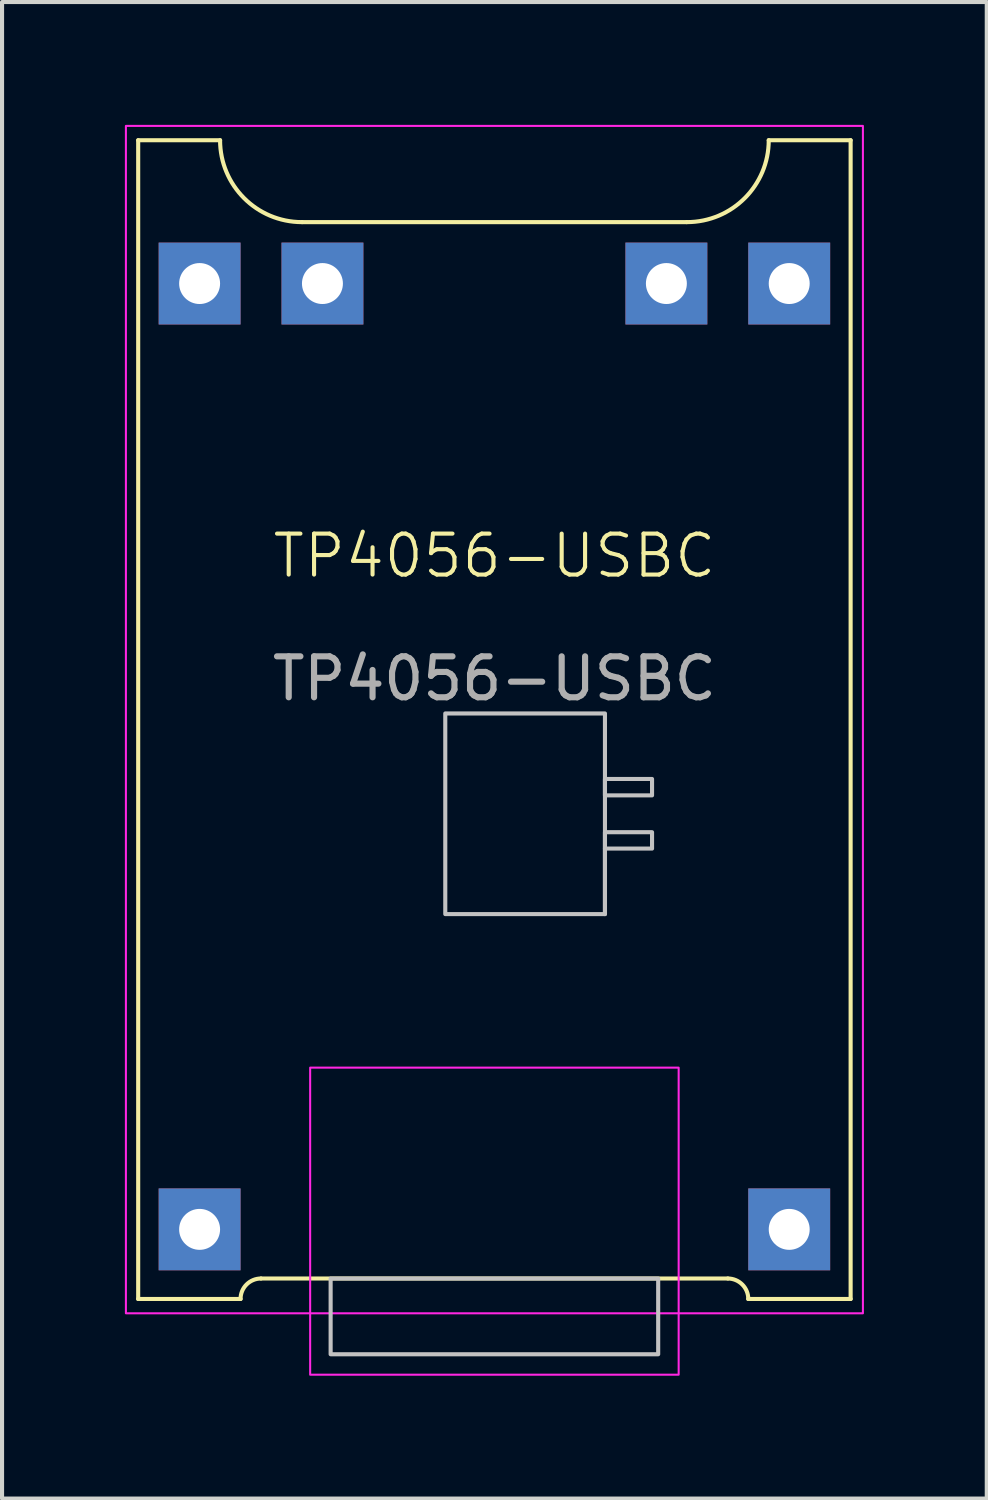
<source format=kicad_pcb>
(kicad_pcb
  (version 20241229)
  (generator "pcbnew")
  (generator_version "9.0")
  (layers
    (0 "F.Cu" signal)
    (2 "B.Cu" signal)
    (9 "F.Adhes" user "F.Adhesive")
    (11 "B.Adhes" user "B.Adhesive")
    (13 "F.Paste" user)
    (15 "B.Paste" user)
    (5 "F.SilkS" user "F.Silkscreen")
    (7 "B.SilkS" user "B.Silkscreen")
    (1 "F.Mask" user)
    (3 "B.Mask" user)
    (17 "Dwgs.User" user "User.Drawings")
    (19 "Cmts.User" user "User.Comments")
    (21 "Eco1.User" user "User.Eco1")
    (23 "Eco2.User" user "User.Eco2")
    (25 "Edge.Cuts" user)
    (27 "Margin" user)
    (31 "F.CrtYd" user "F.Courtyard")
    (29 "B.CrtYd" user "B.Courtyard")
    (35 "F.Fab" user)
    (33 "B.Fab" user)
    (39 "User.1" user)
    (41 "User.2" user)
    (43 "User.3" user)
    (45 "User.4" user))
  (footprint "TP4056-USBC"
    (layer "F.Cu")
    (at 9.025 14.525)
    (property "Reference" "TP4056-USBC" (at 0 -4 0) (unlocked yes) (layer "F.SilkS") (effects (font (size 1 1) (thickness 0.1))))
    (fp_line (start -8.7 -14.15) (end -6.7 -14.15) (stroke (width 0.1) (type default)) (layer "F.SilkS"))
    (fp_line (start -8.7 14.15) (end -8.7 -14.15) (stroke (width 0.1) (type default)) (layer "F.SilkS"))
    (fp_line (start -6.2 14.15) (end -8.7 14.15) (stroke (width 0.1) (type default)) (layer "F.SilkS"))
    (fp_line (start -5.7 13.65) (end 5.7 13.65) (stroke (width 0.1) (type default)) (layer "F.SilkS"))
    (fp_line (start 4.7 -12.15) (end -4.7 -12.15) (stroke (width 0.1) (type default)) (layer "F.SilkS"))
    (fp_line (start 6.7 -14.15) (end 8.7 -14.15) (stroke (width 0.1) (type default)) (layer "F.SilkS"))
    (fp_line (start 8.7 -14.15) (end 8.7 14.15) (stroke (width 0.1) (type default)) (layer "F.SilkS"))
    (fp_line (start 8.7 14.15) (end 6.2 14.15) (stroke (width 0.1) (type default)) (layer "F.SilkS"))
    (fp_arc (start -6.2 14.15) (mid -6.053553 13.796447) (end -5.7 13.65) (stroke (width 0.1) (type default)) (layer "F.SilkS"))
    (fp_arc (start -4.7 -12.15) (mid -6.114214 -12.735786) (end -6.7 -14.15) (stroke (width 0.1) (type default)) (layer "F.SilkS"))
    (fp_arc (start 5.7 13.65) (mid 6.053553 13.796447) (end 6.2 14.15) (stroke (width 0.1) (type default)) (layer "F.SilkS"))
    (fp_arc (start 6.7 -14.15) (mid 6.114214 -12.735786) (end 4.7 -12.15) (stroke (width 0.1) (type default)) (layer "F.SilkS"))
    (fp_line (start 2.7 4.75) (end 2.7 3.15) (stroke (width 0.1) (type default)) (layer "Dwgs.User"))
    (fp_rect (start -4 13.65) (end 4 15.5) (stroke (width 0.1) (type default)) (fill no) (layer "Dwgs.User"))
    (fp_rect (start 2.7 1.45) (end 3.85 1.85) (stroke (width 0.1) (type default)) (fill no) (layer "Dwgs.User"))
    (fp_rect (start 2.7 3.15) (end 3.85 2.75) (stroke (width 0.1) (type default)) (fill no) (layer "Dwgs.User"))
    (fp_rect (start 2.7 4.75) (end -1.2 -0.15) (stroke (width 0.1) (type default)) (fill no) (layer "Dwgs.User"))
    (fp_rect (start -9 -14.5) (end 9 14.5) (stroke (width 0.05) (type default)) (fill no) (layer "F.CrtYd"))
    (fp_rect (start -4.5 8.5) (end 4.5 16) (stroke (width 0.05) (type default)) (fill no) (layer "F.CrtYd"))
    (fp_text user "${REFERENCE}" (at 0 -1 0) (unlocked yes) (layer "F.Fab") (effects (font (size 1 1) (thickness 0.15))))
    (pad "1" thru_hole rect (at -7.2 12.45) (size 2 2) (drill 1) (layers "*.Cu" "*.Mask"))
    (pad "2" thru_hole rect (at 7.2 12.45) (size 2 2) (drill 1) (layers "*.Cu" "*.Mask"))
    (pad "3" thru_hole rect (at -4.2 -10.65) (size 2 2) (drill 1) (layers "*.Cu" "*.Mask"))
    (pad "4" thru_hole rect (at 4.2 -10.65) (size 2 2) (drill 1) (layers "*.Cu" "*.Mask"))
    (pad "5" thru_hole rect (at -7.2 -10.65) (size 2 2) (drill 1) (layers "*.Cu" "*.Mask"))
    (pad "6" thru_hole rect (at 7.2 -10.65) (size 2 2) (drill 1) (layers "*.Cu" "*.Mask")))
  (gr_rect
    (start -3 -3)
    (end 21.05 33.55)
    (stroke (width 0.1) (type default))
    (fill no)
    (layer "Edge.Cuts")))
</source>
